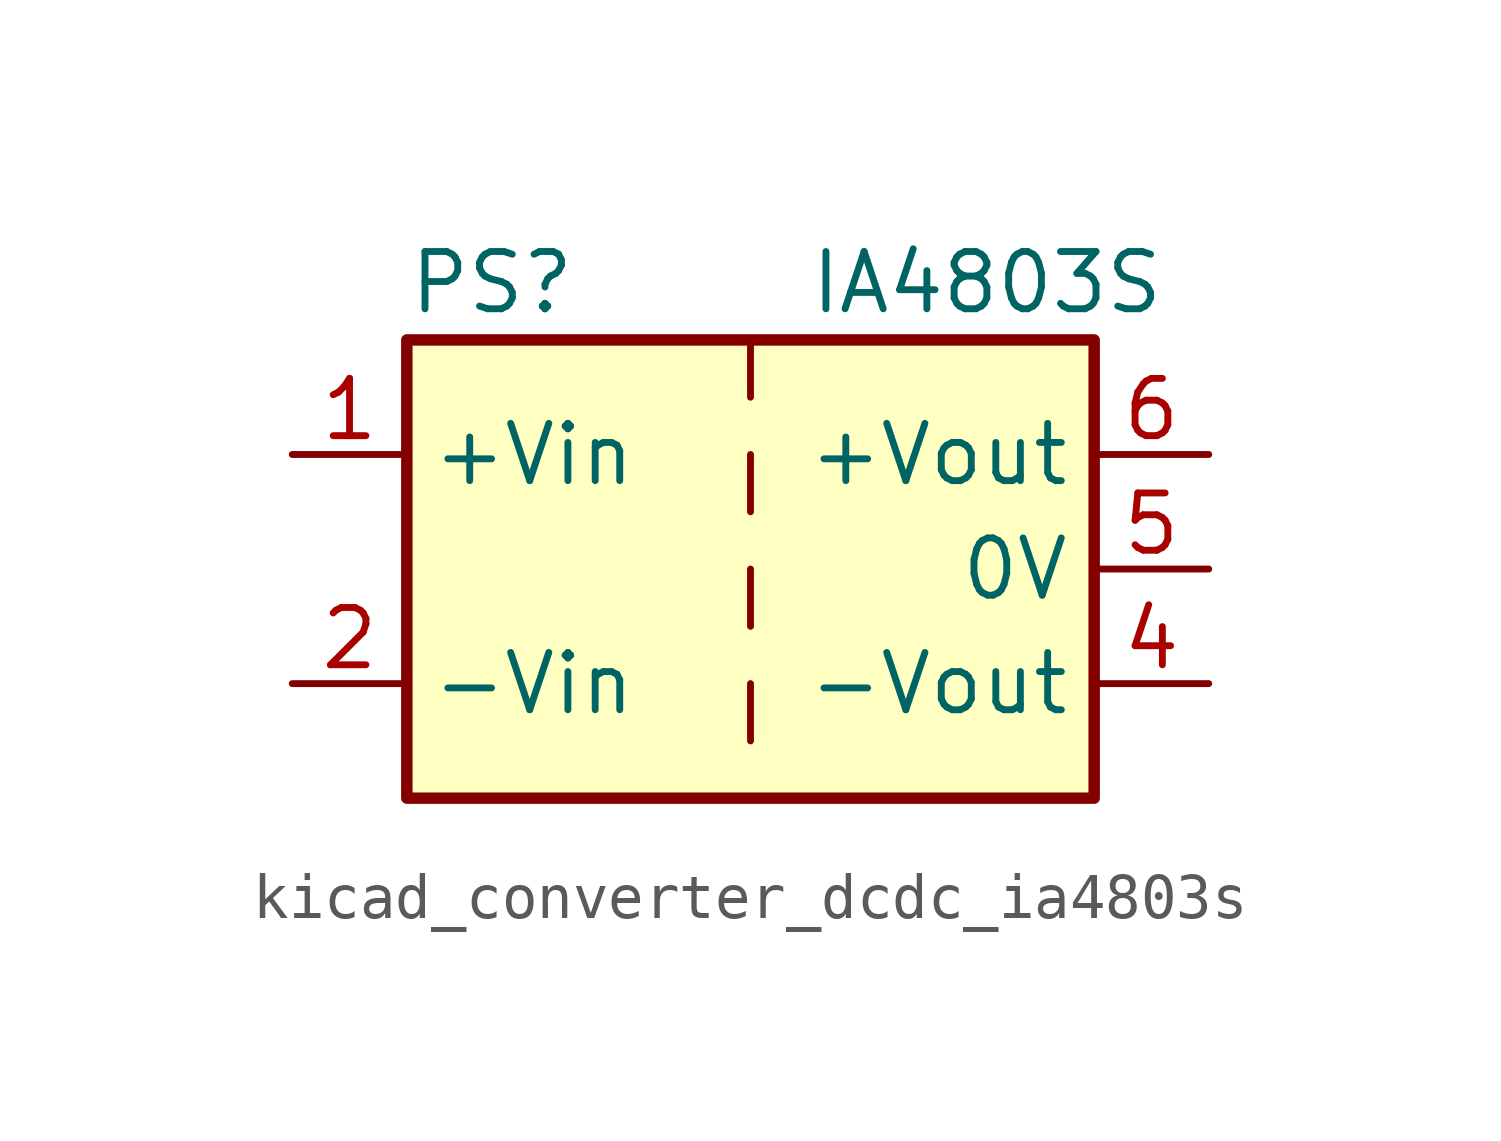
<source format=kicad_sym>
(kicad_symbol_lib
  (version 20220914)
  (generator kicad_symbol_editor)
  (symbol "kicad_converter_dcdc_ia4803s"
    (property "Reference" "PS"
      (at -7.62 6.35 0)
      (effects (font (size 1.27 1.27)) (justify left)))
    (property "Value" "IA4803S"
      (at 1.27 6.35 0)
      (effects (font (size 1.27 1.27)) (justify left)))
    (symbol "kicad_converter_dcdc_ia4803s_0_0"
      (pin power_in line (at -10.16 2.54 0) (length 2.54) (name "+Vin" (effects (font (size 1.27 1.27)))) (number "1" (effects (font (size 1.27 1.27)))))
      (pin power_in line (at -10.16 -2.54 0) (length 2.54) (name "-Vin" (effects (font (size 1.27 1.27)))) (number "2" (effects (font (size 1.27 1.27)))))
      (pin power_out line (at 10.16 -2.54 180) (length 2.54) (name "-Vout" (effects (font (size 1.27 1.27)))) (number "4" (effects (font (size 1.27 1.27)))))
      (pin power_out line (at 10.16 0 180) (length 2.54) (name "0V" (effects (font (size 1.27 1.27)))) (number "5" (effects (font (size 1.27 1.27)))))
      (pin power_out line (at 10.16 2.54 180) (length 2.54) (name "+Vout" (effects (font (size 1.27 1.27)))) (number "6" (effects (font (size 1.27 1.27))))))
    (symbol "kicad_converter_dcdc_ia4803s_0_1"
      (rectangle (start -7.62 5.08) (end 7.62 -5.08) (stroke (width 0.254) (type default)) (fill (type background)))
      (polyline (pts (xy 0 -2.54) (xy 0 -3.81)) (stroke (width 0) (type default)) (fill (type none)))
      (polyline (pts (xy 0 0) (xy 0 -1.27)) (stroke (width 0) (type default)) (fill (type none)))
      (polyline (pts (xy 0 2.54) (xy 0 1.27)) (stroke (width 0) (type default)) (fill (type none)))
      (polyline (pts (xy 0 5.08) (xy 0 3.81)) (stroke (width 0) (type default)) (fill (type none))))))
</source>
